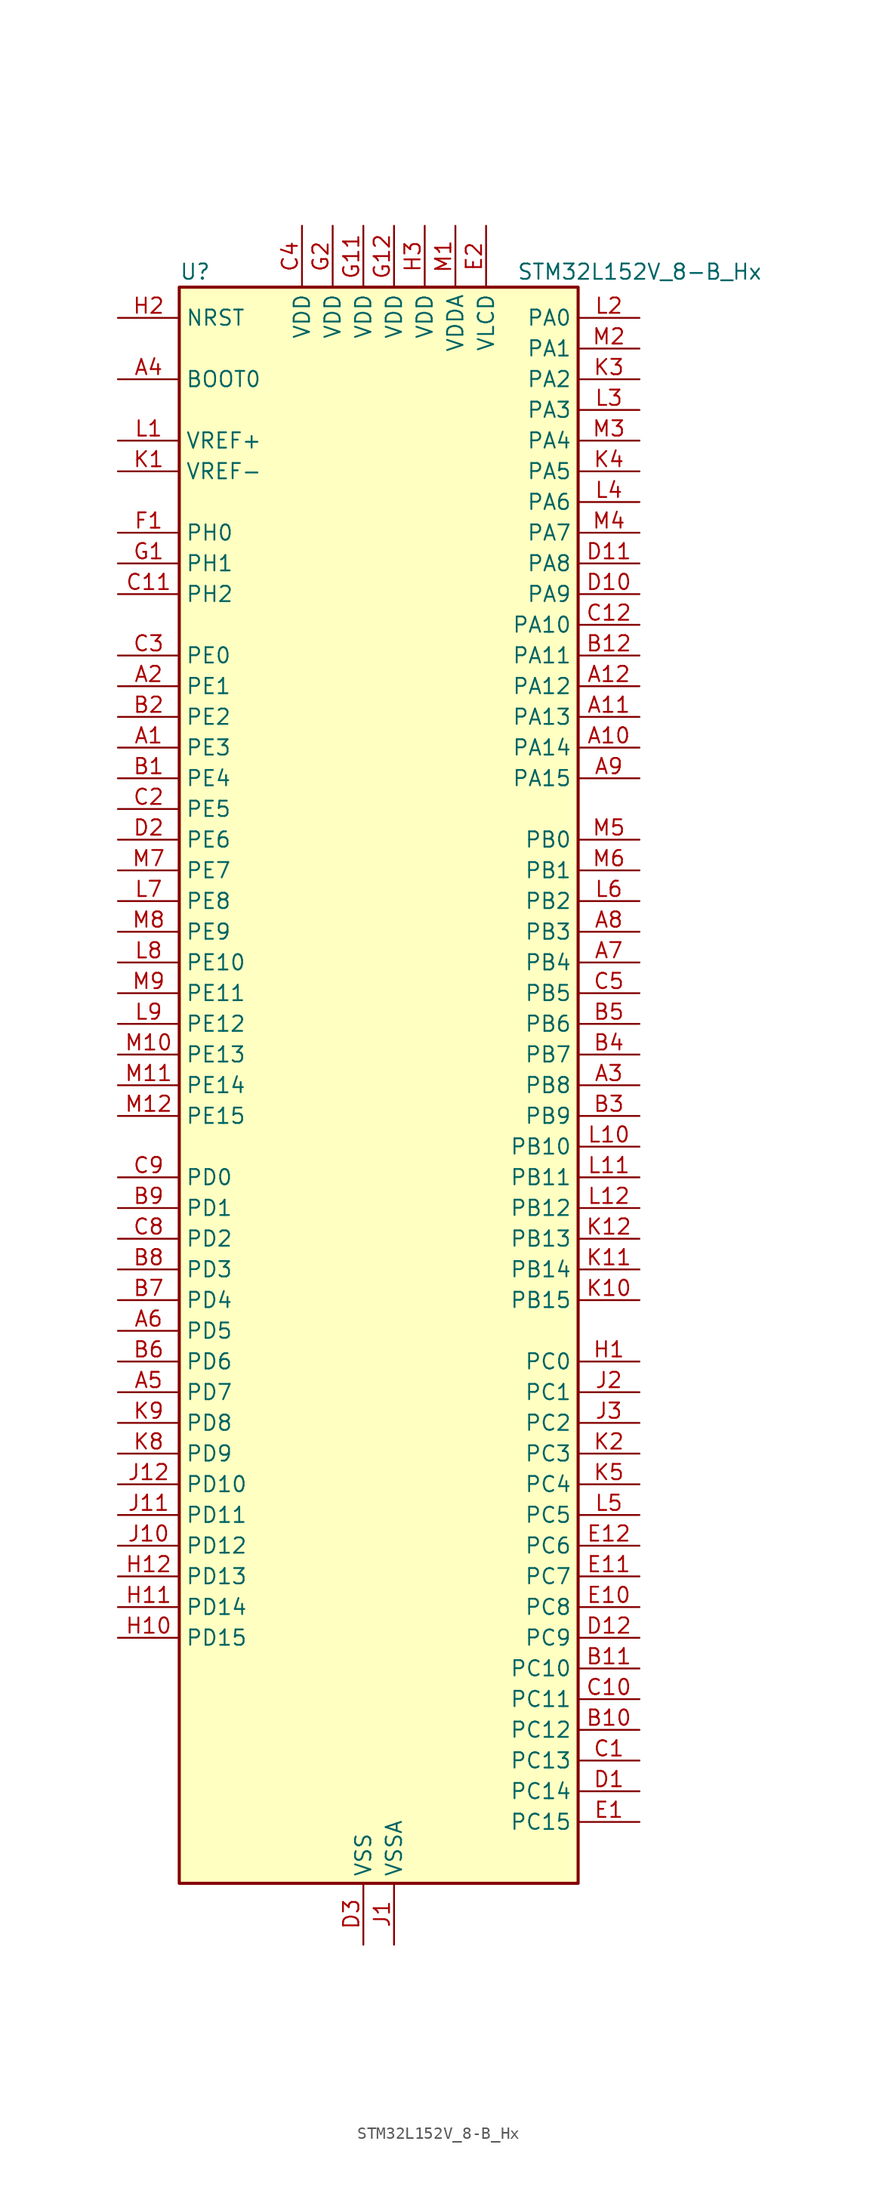
<source format=kicad_sym>
(kicad_symbol_lib
  (version 20220914)
  (generator kicad_symbol_editor)
  (symbol "STM32L152V_8-B_Hx"
    (property "Reference" "U"
      (at -15.24 67.31 0)
      (effects (font (size 1.27 1.27)) (justify left)))
    (property "Value" "STM32L152V_8-B_Hx"
      (at 12.7 67.31 0)
      (effects (font (size 1.27 1.27)) (justify left)))
    (property "ki_locked" ""
      (at 0 0 0)
      (effects (font (size 1.27 1.27))))
    (symbol "STM32L152V_8-B_Hx_0_1"
      (rectangle (start -15.24 -66.04) (end 17.78 66.04) (stroke (width 0.254) (type default)) (fill (type background))))
    (symbol "STM32L152V_8-B_Hx_1_1"
      (pin bidirectional line (at -20.32 27.94 0) (length 5.08) (name "PE3" (effects (font (size 1.27 1.27)))) (number "A1" (effects (font (size 1.27 1.27)))) (alternate "LCD_SEG39" bidirectional line) (alternate "SYS_TRACED0" bidirectional line) (alternate "TIM3_CH1" bidirectional line) (alternate "TIMX_IC4" bidirectional line))
      (pin bidirectional line (at 22.86 27.94 180) (length 5.08) (name "PA14" (effects (font (size 1.27 1.27)))) (number "A10" (effects (font (size 1.27 1.27)))) (alternate "SYS_JTCK-SWCLK" bidirectional line) (alternate "TIMX_IC3" bidirectional line) (alternate "TS_G5_IO2" bidirectional line))
      (pin bidirectional line (at 22.86 30.48 180) (length 5.08) (name "PA13" (effects (font (size 1.27 1.27)))) (number "A11" (effects (font (size 1.27 1.27)))) (alternate "SYS_JTMS-SWDIO" bidirectional line) (alternate "TIMX_IC2" bidirectional line) (alternate "TS_G5_IO1" bidirectional line))
      (pin bidirectional line (at 22.86 33.02 180) (length 5.08) (name "PA12" (effects (font (size 1.27 1.27)))) (number "A12" (effects (font (size 1.27 1.27)))) (alternate "SPI1_MOSI" bidirectional line) (alternate "TIMX_IC1" bidirectional line) (alternate "USART1_RTS" bidirectional line) (alternate "USB_DP" bidirectional line))
      (pin bidirectional line (at -20.32 33.02 0) (length 5.08) (name "PE1" (effects (font (size 1.27 1.27)))) (number "A2" (effects (font (size 1.27 1.27)))) (alternate "LCD_SEG37" bidirectional line) (alternate "TIM11_CH1" bidirectional line) (alternate "TIMX_IC2" bidirectional line))
      (pin bidirectional line (at 22.86 0 180) (length 5.08) (name "PB8" (effects (font (size 1.27 1.27)))) (number "A3" (effects (font (size 1.27 1.27)))) (alternate "I2C1_SCL" bidirectional line) (alternate "LCD_SEG16" bidirectional line) (alternate "TIM10_CH1" bidirectional line) (alternate "TIM4_CH3" bidirectional line))
      (pin input line (at -20.32 58.42 0) (length 5.08) (name "BOOT0" (effects (font (size 1.27 1.27)))) (number "A4" (effects (font (size 1.27 1.27)))))
      (pin bidirectional line (at -20.32 -25.4 0) (length 5.08) (name "PD7" (effects (font (size 1.27 1.27)))) (number "A5" (effects (font (size 1.27 1.27)))) (alternate "TIM9_CH2" bidirectional line) (alternate "TIMX_IC4" bidirectional line) (alternate "USART2_CK" bidirectional line))
      (pin bidirectional line (at -20.32 -20.32 0) (length 5.08) (name "PD5" (effects (font (size 1.27 1.27)))) (number "A6" (effects (font (size 1.27 1.27)))) (alternate "TIMX_IC2" bidirectional line) (alternate "USART2_TX" bidirectional line))
      (pin bidirectional line (at 22.86 10.16 180) (length 5.08) (name "PB4" (effects (font (size 1.27 1.27)))) (number "A7" (effects (font (size 1.27 1.27)))) (alternate "COMP2_INP" bidirectional line) (alternate "LCD_SEG8" bidirectional line) (alternate "SPI1_MISO" bidirectional line) (alternate "SYS_JTRST" bidirectional line) (alternate "TIM3_CH1" bidirectional line) (alternate "TS_G6_IO1" bidirectional line))
      (pin bidirectional line (at 22.86 12.7 180) (length 5.08) (name "PB3" (effects (font (size 1.27 1.27)))) (number "A8" (effects (font (size 1.27 1.27)))) (alternate "COMP2_INM" bidirectional line) (alternate "LCD_SEG7" bidirectional line) (alternate "SPI1_SCK" bidirectional line) (alternate "SYS_JTDO-TRACESWO" bidirectional line) (alternate "TIM2_CH2" bidirectional line))
      (pin bidirectional line (at 22.86 25.4 180) (length 5.08) (name "PA15" (effects (font (size 1.27 1.27)))) (number "A9" (effects (font (size 1.27 1.27)))) (alternate "ADC_EXTI15" bidirectional line) (alternate "LCD_SEG17" bidirectional line) (alternate "SPI1_NSS" bidirectional line) (alternate "SYS_JTDI" bidirectional line) (alternate "TIM2_CH1" bidirectional line) (alternate "TIM2_ETR" bidirectional line) (alternate "TIMX_IC4" bidirectional line) (alternate "TS_G5_IO3" bidirectional line))
      (pin bidirectional line (at -20.32 25.4 0) (length 5.08) (name "PE4" (effects (font (size 1.27 1.27)))) (number "B1" (effects (font (size 1.27 1.27)))) (alternate "SYS_TRACED1" bidirectional line) (alternate "TIM3_CH2" bidirectional line) (alternate "TIMX_IC1" bidirectional line))
      (pin bidirectional line (at 22.86 -53.34 180) (length 5.08) (name "PC12" (effects (font (size 1.27 1.27)))) (number "B10" (effects (font (size 1.27 1.27)))) (alternate "LCD_COM6" bidirectional line) (alternate "LCD_SEG30" bidirectional line) (alternate "LCD_SEG42" bidirectional line) (alternate "TIMX_IC1" bidirectional line) (alternate "USART3_CK" bidirectional line))
      (pin bidirectional line (at 22.86 -48.26 180) (length 5.08) (name "PC10" (effects (font (size 1.27 1.27)))) (number "B11" (effects (font (size 1.27 1.27)))) (alternate "LCD_COM4" bidirectional line) (alternate "LCD_SEG28" bidirectional line) (alternate "LCD_SEG40" bidirectional line) (alternate "TIMX_IC3" bidirectional line) (alternate "USART3_TX" bidirectional line))
      (pin bidirectional line (at 22.86 35.56 180) (length 5.08) (name "PA11" (effects (font (size 1.27 1.27)))) (number "B12" (effects (font (size 1.27 1.27)))) (alternate "ADC_EXTI11" bidirectional line) (alternate "SPI1_MISO" bidirectional line) (alternate "TIMX_IC4" bidirectional line) (alternate "USART1_CTS" bidirectional line) (alternate "USB_DM" bidirectional line))
      (pin bidirectional line (at -20.32 30.48 0) (length 5.08) (name "PE2" (effects (font (size 1.27 1.27)))) (number "B2" (effects (font (size 1.27 1.27)))) (alternate "LCD_SEG38" bidirectional line) (alternate "SYS_TRACECK" bidirectional line) (alternate "TIM3_ETR" bidirectional line) (alternate "TIMX_IC3" bidirectional line))
      (pin bidirectional line (at 22.86 -2.54 180) (length 5.08) (name "PB9" (effects (font (size 1.27 1.27)))) (number "B3" (effects (font (size 1.27 1.27)))) (alternate "DAC_EXTI9" bidirectional line) (alternate "I2C1_SDA" bidirectional line) (alternate "LCD_COM3" bidirectional line) (alternate "TIM11_CH1" bidirectional line) (alternate "TIM4_CH4" bidirectional line))
      (pin bidirectional line (at 22.86 2.54 180) (length 5.08) (name "PB7" (effects (font (size 1.27 1.27)))) (number "B4" (effects (font (size 1.27 1.27)))) (alternate "I2C1_SDA" bidirectional line) (alternate "SYS_PVD_IN" bidirectional line) (alternate "TIM4_CH2" bidirectional line) (alternate "USART1_RX" bidirectional line))
      (pin bidirectional line (at 22.86 5.08 180) (length 5.08) (name "PB6" (effects (font (size 1.27 1.27)))) (number "B5" (effects (font (size 1.27 1.27)))) (alternate "I2C1_SCL" bidirectional line) (alternate "TIM4_CH1" bidirectional line) (alternate "USART1_TX" bidirectional line))
      (pin bidirectional line (at -20.32 -22.86 0) (length 5.08) (name "PD6" (effects (font (size 1.27 1.27)))) (number "B6" (effects (font (size 1.27 1.27)))) (alternate "TIMX_IC3" bidirectional line) (alternate "USART2_RX" bidirectional line))
      (pin bidirectional line (at -20.32 -17.78 0) (length 5.08) (name "PD4" (effects (font (size 1.27 1.27)))) (number "B7" (effects (font (size 1.27 1.27)))) (alternate "SPI2_MOSI" bidirectional line) (alternate "TIMX_IC1" bidirectional line) (alternate "USART2_RTS" bidirectional line))
      (pin bidirectional line (at -20.32 -15.24 0) (length 5.08) (name "PD3" (effects (font (size 1.27 1.27)))) (number "B8" (effects (font (size 1.27 1.27)))) (alternate "SPI2_MISO" bidirectional line) (alternate "TIMX_IC4" bidirectional line) (alternate "USART2_CTS" bidirectional line))
      (pin bidirectional line (at -20.32 -10.16 0) (length 5.08) (name "PD1" (effects (font (size 1.27 1.27)))) (number "B9" (effects (font (size 1.27 1.27)))) (alternate "SPI2_SCK" bidirectional line) (alternate "TIMX_IC2" bidirectional line))
      (pin bidirectional line (at 22.86 -55.88 180) (length 5.08) (name "PC13" (effects (font (size 1.27 1.27)))) (number "C1" (effects (font (size 1.27 1.27)))) (alternate "RTC_OUT_ALARM" bidirectional line) (alternate "RTC_OUT_CALIB" bidirectional line) (alternate "RTC_TAMP1" bidirectional line) (alternate "RTC_TS" bidirectional line) (alternate "SYS_WKUP2" bidirectional line) (alternate "TIMX_IC2" bidirectional line))
      (pin bidirectional line (at 22.86 -50.8 180) (length 5.08) (name "PC11" (effects (font (size 1.27 1.27)))) (number "C10" (effects (font (size 1.27 1.27)))) (alternate "ADC_EXTI11" bidirectional line) (alternate "LCD_COM5" bidirectional line) (alternate "LCD_SEG29" bidirectional line) (alternate "LCD_SEG41" bidirectional line) (alternate "TIMX_IC4" bidirectional line) (alternate "USART3_RX" bidirectional line))
      (pin bidirectional line (at -20.32 40.64 0) (length 5.08) (name "PH2" (effects (font (size 1.27 1.27)))) (number "C11" (effects (font (size 1.27 1.27)))))
      (pin bidirectional line (at 22.86 38.1 180) (length 5.08) (name "PA10" (effects (font (size 1.27 1.27)))) (number "C12" (effects (font (size 1.27 1.27)))) (alternate "LCD_COM2" bidirectional line) (alternate "TIMX_IC3" bidirectional line) (alternate "TS_G4_IO3" bidirectional line) (alternate "USART1_RX" bidirectional line))
      (pin bidirectional line (at -20.32 22.86 0) (length 5.08) (name "PE5" (effects (font (size 1.27 1.27)))) (number "C2" (effects (font (size 1.27 1.27)))) (alternate "SYS_TRACED2" bidirectional line) (alternate "TIM9_CH1" bidirectional line) (alternate "TIMX_IC2" bidirectional line))
      (pin bidirectional line (at -20.32 35.56 0) (length 5.08) (name "PE0" (effects (font (size 1.27 1.27)))) (number "C3" (effects (font (size 1.27 1.27)))) (alternate "LCD_SEG36" bidirectional line) (alternate "TIM10_CH1" bidirectional line) (alternate "TIM4_ETR" bidirectional line) (alternate "TIMX_IC1" bidirectional line))
      (pin power_in line (at -5.08 71.12 270) (length 5.08) (name "VDD" (effects (font (size 1.27 1.27)))) (number "C4" (effects (font (size 1.27 1.27)))))
      (pin bidirectional line (at 22.86 7.62 180) (length 5.08) (name "PB5" (effects (font (size 1.27 1.27)))) (number "C5" (effects (font (size 1.27 1.27)))) (alternate "COMP2_INP" bidirectional line) (alternate "I2C1_SMBA" bidirectional line) (alternate "LCD_SEG9" bidirectional line) (alternate "SPI1_MOSI" bidirectional line) (alternate "TIM3_CH2" bidirectional line) (alternate "TS_G6_IO2" bidirectional line))
      (pin bidirectional line (at -20.32 -12.7 0) (length 5.08) (name "PD2" (effects (font (size 1.27 1.27)))) (number "C8" (effects (font (size 1.27 1.27)))) (alternate "LCD_COM7" bidirectional line) (alternate "LCD_SEG31" bidirectional line) (alternate "LCD_SEG43" bidirectional line) (alternate "TIM3_ETR" bidirectional line) (alternate "TIMX_IC3" bidirectional line))
      (pin bidirectional line (at -20.32 -7.62 0) (length 5.08) (name "PD0" (effects (font (size 1.27 1.27)))) (number "C9" (effects (font (size 1.27 1.27)))) (alternate "SPI2_NSS" bidirectional line) (alternate "TIM9_CH1" bidirectional line) (alternate "TIMX_IC1" bidirectional line))
      (pin bidirectional line (at 22.86 -58.42 180) (length 5.08) (name "PC14" (effects (font (size 1.27 1.27)))) (number "D1" (effects (font (size 1.27 1.27)))) (alternate "RCC_OSC32_IN" bidirectional line) (alternate "TIMX_IC3" bidirectional line))
      (pin bidirectional line (at 22.86 40.64 180) (length 5.08) (name "PA9" (effects (font (size 1.27 1.27)))) (number "D10" (effects (font (size 1.27 1.27)))) (alternate "DAC_EXTI9" bidirectional line) (alternate "LCD_COM1" bidirectional line) (alternate "TIMX_IC2" bidirectional line) (alternate "TS_G4_IO2" bidirectional line) (alternate "USART1_TX" bidirectional line))
      (pin bidirectional line (at 22.86 43.18 180) (length 5.08) (name "PA8" (effects (font (size 1.27 1.27)))) (number "D11" (effects (font (size 1.27 1.27)))) (alternate "LCD_COM0" bidirectional line) (alternate "RCC_MCO" bidirectional line) (alternate "TIMX_IC1" bidirectional line) (alternate "TS_G4_IO1" bidirectional line) (alternate "USART1_CK" bidirectional line))
      (pin bidirectional line (at 22.86 -45.72 180) (length 5.08) (name "PC9" (effects (font (size 1.27 1.27)))) (number "D12" (effects (font (size 1.27 1.27)))) (alternate "DAC_EXTI9" bidirectional line) (alternate "LCD_SEG27" bidirectional line) (alternate "TIM3_CH4" bidirectional line) (alternate "TIMX_IC2" bidirectional line) (alternate "TS_G10_IO4" bidirectional line))
      (pin bidirectional line (at -20.32 20.32 0) (length 5.08) (name "PE6" (effects (font (size 1.27 1.27)))) (number "D2" (effects (font (size 1.27 1.27)))) (alternate "SYS_TRACED3" bidirectional line) (alternate "SYS_WKUP3" bidirectional line) (alternate "TIM9_CH2" bidirectional line) (alternate "TIMX_IC3" bidirectional line))
      (pin power_in line (at 0 -71.12 90) (length 5.08) (name "VSS" (effects (font (size 1.27 1.27)))) (number "D3" (effects (font (size 1.27 1.27)))))
      (pin bidirectional line (at 22.86 -60.96 180) (length 5.08) (name "PC15" (effects (font (size 1.27 1.27)))) (number "E1" (effects (font (size 1.27 1.27)))) (alternate "ADC_EXTI15" bidirectional line) (alternate "RCC_OSC32_OUT" bidirectional line) (alternate "TIMX_IC4" bidirectional line))
      (pin bidirectional line (at 22.86 -43.18 180) (length 5.08) (name "PC8" (effects (font (size 1.27 1.27)))) (number "E10" (effects (font (size 1.27 1.27)))) (alternate "LCD_SEG26" bidirectional line) (alternate "TIM3_CH3" bidirectional line) (alternate "TIMX_IC1" bidirectional line) (alternate "TS_G10_IO3" bidirectional line))
      (pin bidirectional line (at 22.86 -40.64 180) (length 5.08) (name "PC7" (effects (font (size 1.27 1.27)))) (number "E11" (effects (font (size 1.27 1.27)))) (alternate "LCD_SEG25" bidirectional line) (alternate "TIM3_CH2" bidirectional line) (alternate "TIMX_IC4" bidirectional line) (alternate "TS_G10_IO2" bidirectional line))
      (pin bidirectional line (at 22.86 -38.1 180) (length 5.08) (name "PC6" (effects (font (size 1.27 1.27)))) (number "E12" (effects (font (size 1.27 1.27)))) (alternate "LCD_SEG24" bidirectional line) (alternate "TIM3_CH1" bidirectional line) (alternate "TIMX_IC3" bidirectional line) (alternate "TS_G10_IO1" bidirectional line))
      (pin power_in line (at 10.16 71.12 270) (length 5.08) (name "VLCD" (effects (font (size 1.27 1.27)))) (number "E2" (effects (font (size 1.27 1.27)))))
      (pin passive line (at 0 -71.12 90) (length 5.08) hide (name "VSS" (effects (font (size 1.27 1.27)))) (number "E3" (effects (font (size 1.27 1.27)))))
      (pin bidirectional line (at -20.32 45.72 0) (length 5.08) (name "PH0" (effects (font (size 1.27 1.27)))) (number "F1" (effects (font (size 1.27 1.27)))) (alternate "RCC_OSC_IN" bidirectional line))
      (pin passive line (at 0 -71.12 90) (length 5.08) hide (name "VSS" (effects (font (size 1.27 1.27)))) (number "F11" (effects (font (size 1.27 1.27)))))
      (pin passive line (at 0 -71.12 90) (length 5.08) hide (name "VSS" (effects (font (size 1.27 1.27)))) (number "F12" (effects (font (size 1.27 1.27)))))
      (pin passive line (at 0 -71.12 90) (length 5.08) hide (name "VSS" (effects (font (size 1.27 1.27)))) (number "F2" (effects (font (size 1.27 1.27)))))
      (pin bidirectional line (at -20.32 43.18 0) (length 5.08) (name "PH1" (effects (font (size 1.27 1.27)))) (number "G1" (effects (font (size 1.27 1.27)))) (alternate "RCC_OSC_OUT" bidirectional line))
      (pin power_in line (at 0 71.12 270) (length 5.08) (name "VDD" (effects (font (size 1.27 1.27)))) (number "G11" (effects (font (size 1.27 1.27)))))
      (pin power_in line (at 2.54 71.12 270) (length 5.08) (name "VDD" (effects (font (size 1.27 1.27)))) (number "G12" (effects (font (size 1.27 1.27)))))
      (pin power_in line (at -2.54 71.12 270) (length 5.08) (name "VDD" (effects (font (size 1.27 1.27)))) (number "G2" (effects (font (size 1.27 1.27)))))
      (pin bidirectional line (at 22.86 -22.86 180) (length 5.08) (name "PC0" (effects (font (size 1.27 1.27)))) (number "H1" (effects (font (size 1.27 1.27)))) (alternate "ADC_IN10" bidirectional line) (alternate "COMP1_INP" bidirectional line) (alternate "LCD_SEG18" bidirectional line) (alternate "TIMX_IC1" bidirectional line) (alternate "TS_G8_IO1" bidirectional line))
      (pin bidirectional line (at -20.32 -45.72 0) (length 5.08) (name "PD15" (effects (font (size 1.27 1.27)))) (number "H10" (effects (font (size 1.27 1.27)))) (alternate "ADC_EXTI15" bidirectional line) (alternate "LCD_SEG35" bidirectional line) (alternate "TIM4_CH4" bidirectional line) (alternate "TIMX_IC4" bidirectional line))
      (pin bidirectional line (at -20.32 -43.18 0) (length 5.08) (name "PD14" (effects (font (size 1.27 1.27)))) (number "H11" (effects (font (size 1.27 1.27)))) (alternate "LCD_SEG34" bidirectional line) (alternate "TIM4_CH3" bidirectional line) (alternate "TIMX_IC3" bidirectional line))
      (pin bidirectional line (at -20.32 -40.64 0) (length 5.08) (name "PD13" (effects (font (size 1.27 1.27)))) (number "H12" (effects (font (size 1.27 1.27)))) (alternate "LCD_SEG33" bidirectional line) (alternate "TIM4_CH2" bidirectional line) (alternate "TIMX_IC2" bidirectional line))
      (pin input line (at -20.32 63.5 0) (length 5.08) (name "NRST" (effects (font (size 1.27 1.27)))) (number "H2" (effects (font (size 1.27 1.27)))))
      (pin power_in line (at 5.08 71.12 270) (length 5.08) (name "VDD" (effects (font (size 1.27 1.27)))) (number "H3" (effects (font (size 1.27 1.27)))))
      (pin power_in line (at 2.54 -71.12 90) (length 5.08) (name "VSSA" (effects (font (size 1.27 1.27)))) (number "J1" (effects (font (size 1.27 1.27)))))
      (pin bidirectional line (at -20.32 -38.1 0) (length 5.08) (name "PD12" (effects (font (size 1.27 1.27)))) (number "J10" (effects (font (size 1.27 1.27)))) (alternate "LCD_SEG32" bidirectional line) (alternate "TIM4_CH1" bidirectional line) (alternate "TIMX_IC1" bidirectional line) (alternate "USART3_RTS" bidirectional line))
      (pin bidirectional line (at -20.32 -35.56 0) (length 5.08) (name "PD11" (effects (font (size 1.27 1.27)))) (number "J11" (effects (font (size 1.27 1.27)))) (alternate "ADC_EXTI11" bidirectional line) (alternate "LCD_SEG31" bidirectional line) (alternate "TIMX_IC4" bidirectional line) (alternate "USART3_CTS" bidirectional line))
      (pin bidirectional line (at -20.32 -33.02 0) (length 5.08) (name "PD10" (effects (font (size 1.27 1.27)))) (number "J12" (effects (font (size 1.27 1.27)))) (alternate "LCD_SEG30" bidirectional line) (alternate "TIMX_IC3" bidirectional line) (alternate "USART3_CK" bidirectional line))
      (pin bidirectional line (at 22.86 -25.4 180) (length 5.08) (name "PC1" (effects (font (size 1.27 1.27)))) (number "J2" (effects (font (size 1.27 1.27)))) (alternate "ADC_IN11" bidirectional line) (alternate "COMP1_INP" bidirectional line) (alternate "LCD_SEG19" bidirectional line) (alternate "TIMX_IC2" bidirectional line) (alternate "TS_G8_IO2" bidirectional line))
      (pin bidirectional line (at 22.86 -27.94 180) (length 5.08) (name "PC2" (effects (font (size 1.27 1.27)))) (number "J3" (effects (font (size 1.27 1.27)))) (alternate "ADC_IN12" bidirectional line) (alternate "COMP1_INP" bidirectional line) (alternate "LCD_SEG20" bidirectional line) (alternate "TIMX_IC3" bidirectional line) (alternate "TS_G8_IO3" bidirectional line))
      (pin input line (at -20.32 50.8 0) (length 5.08) (name "VREF-" (effects (font (size 1.27 1.27)))) (number "K1" (effects (font (size 1.27 1.27)))))
      (pin bidirectional line (at 22.86 -17.78 180) (length 5.08) (name "PB15" (effects (font (size 1.27 1.27)))) (number "K10" (effects (font (size 1.27 1.27)))) (alternate "ADC_EXTI15" bidirectional line) (alternate "ADC_IN21" bidirectional line) (alternate "COMP1_INP" bidirectional line) (alternate "LCD_SEG15" bidirectional line) (alternate "RTC_REFIN" bidirectional line) (alternate "SPI2_MOSI" bidirectional line) (alternate "TIM11_CH1" bidirectional line) (alternate "TS_G7_IO4" bidirectional line))
      (pin bidirectional line (at 22.86 -15.24 180) (length 5.08) (name "PB14" (effects (font (size 1.27 1.27)))) (number "K11" (effects (font (size 1.27 1.27)))) (alternate "ADC_IN20" bidirectional line) (alternate "COMP1_INP" bidirectional line) (alternate "LCD_SEG14" bidirectional line) (alternate "SPI2_MISO" bidirectional line) (alternate "TIM9_CH2" bidirectional line) (alternate "TS_G7_IO3" bidirectional line) (alternate "USART3_RTS" bidirectional line))
      (pin bidirectional line (at 22.86 -12.7 180) (length 5.08) (name "PB13" (effects (font (size 1.27 1.27)))) (number "K12" (effects (font (size 1.27 1.27)))) (alternate "ADC_IN19" bidirectional line) (alternate "COMP1_INP" bidirectional line) (alternate "LCD_SEG13" bidirectional line) (alternate "SPI2_SCK" bidirectional line) (alternate "TIM9_CH1" bidirectional line) (alternate "TS_G7_IO2" bidirectional line) (alternate "USART3_CTS" bidirectional line))
      (pin bidirectional line (at 22.86 -30.48 180) (length 5.08) (name "PC3" (effects (font (size 1.27 1.27)))) (number "K2" (effects (font (size 1.27 1.27)))) (alternate "ADC_IN13" bidirectional line) (alternate "COMP1_INP" bidirectional line) (alternate "LCD_SEG21" bidirectional line) (alternate "TIMX_IC4" bidirectional line) (alternate "TS_G8_IO4" bidirectional line))
      (pin bidirectional line (at 22.86 58.42 180) (length 5.08) (name "PA2" (effects (font (size 1.27 1.27)))) (number "K3" (effects (font (size 1.27 1.27)))) (alternate "ADC_IN2" bidirectional line) (alternate "COMP1_INP" bidirectional line) (alternate "LCD_SEG1" bidirectional line) (alternate "TIM2_CH3" bidirectional line) (alternate "TIM9_CH1" bidirectional line) (alternate "TIMX_IC3" bidirectional line) (alternate "TS_G1_IO3" bidirectional line) (alternate "USART2_TX" bidirectional line))
      (pin bidirectional line (at 22.86 50.8 180) (length 5.08) (name "PA5" (effects (font (size 1.27 1.27)))) (number "K4" (effects (font (size 1.27 1.27)))) (alternate "ADC_IN5" bidirectional line) (alternate "COMP1_INP" bidirectional line) (alternate "DAC_OUT2" bidirectional line) (alternate "SPI1_SCK" bidirectional line) (alternate "TIM2_CH1" bidirectional line) (alternate "TIM2_ETR" bidirectional line) (alternate "TIMX_IC2" bidirectional line))
      (pin bidirectional line (at 22.86 -33.02 180) (length 5.08) (name "PC4" (effects (font (size 1.27 1.27)))) (number "K5" (effects (font (size 1.27 1.27)))) (alternate "ADC_IN14" bidirectional line) (alternate "COMP1_INP" bidirectional line) (alternate "LCD_SEG22" bidirectional line) (alternate "TIMX_IC1" bidirectional line) (alternate "TS_G9_IO1" bidirectional line))
      (pin bidirectional line (at -20.32 -30.48 0) (length 5.08) (name "PD9" (effects (font (size 1.27 1.27)))) (number "K8" (effects (font (size 1.27 1.27)))) (alternate "DAC_EXTI9" bidirectional line) (alternate "LCD_SEG29" bidirectional line) (alternate "TIMX_IC2" bidirectional line) (alternate "USART3_RX" bidirectional line))
      (pin bidirectional line (at -20.32 -27.94 0) (length 5.08) (name "PD8" (effects (font (size 1.27 1.27)))) (number "K9" (effects (font (size 1.27 1.27)))) (alternate "LCD_SEG28" bidirectional line) (alternate "TIMX_IC1" bidirectional line) (alternate "USART3_TX" bidirectional line))
      (pin input line (at -20.32 53.34 0) (length 5.08) (name "VREF+" (effects (font (size 1.27 1.27)))) (number "L1" (effects (font (size 1.27 1.27)))))
      (pin bidirectional line (at 22.86 -5.08 180) (length 5.08) (name "PB10" (effects (font (size 1.27 1.27)))) (number "L10" (effects (font (size 1.27 1.27)))) (alternate "I2C2_SCL" bidirectional line) (alternate "LCD_SEG10" bidirectional line) (alternate "TIM2_CH3" bidirectional line) (alternate "USART3_TX" bidirectional line))
      (pin bidirectional line (at 22.86 -7.62 180) (length 5.08) (name "PB11" (effects (font (size 1.27 1.27)))) (number "L11" (effects (font (size 1.27 1.27)))) (alternate "ADC_EXTI11" bidirectional line) (alternate "I2C2_SDA" bidirectional line) (alternate "LCD_SEG11" bidirectional line) (alternate "TIM2_CH4" bidirectional line) (alternate "USART3_RX" bidirectional line))
      (pin bidirectional line (at 22.86 -10.16 180) (length 5.08) (name "PB12" (effects (font (size 1.27 1.27)))) (number "L12" (effects (font (size 1.27 1.27)))) (alternate "ADC_IN18" bidirectional line) (alternate "COMP1_INP" bidirectional line) (alternate "I2C2_SMBA" bidirectional line) (alternate "LCD_SEG12" bidirectional line) (alternate "SPI2_NSS" bidirectional line) (alternate "TIM10_CH1" bidirectional line) (alternate "TS_G7_IO1" bidirectional line) (alternate "USART3_CK" bidirectional line))
      (pin bidirectional line (at 22.86 63.5 180) (length 5.08) (name "PA0" (effects (font (size 1.27 1.27)))) (number "L2" (effects (font (size 1.27 1.27)))) (alternate "ADC_IN0" bidirectional line) (alternate "COMP1_INP" bidirectional line) (alternate "SYS_WKUP1" bidirectional line) (alternate "TIM2_CH1" bidirectional line) (alternate "TIM2_ETR" bidirectional line) (alternate "TIMX_IC1" bidirectional line) (alternate "TS_G1_IO1" bidirectional line) (alternate "USART2_CTS" bidirectional line))
      (pin bidirectional line (at 22.86 55.88 180) (length 5.08) (name "PA3" (effects (font (size 1.27 1.27)))) (number "L3" (effects (font (size 1.27 1.27)))) (alternate "ADC_IN3" bidirectional line) (alternate "COMP1_INP" bidirectional line) (alternate "LCD_SEG2" bidirectional line) (alternate "TIM2_CH4" bidirectional line) (alternate "TIM9_CH2" bidirectional line) (alternate "TIMX_IC4" bidirectional line) (alternate "TS_G1_IO4" bidirectional line) (alternate "USART2_RX" bidirectional line))
      (pin bidirectional line (at 22.86 48.26 180) (length 5.08) (name "PA6" (effects (font (size 1.27 1.27)))) (number "L4" (effects (font (size 1.27 1.27)))) (alternate "ADC_IN6" bidirectional line) (alternate "COMP1_INP" bidirectional line) (alternate "LCD_SEG3" bidirectional line) (alternate "SPI1_MISO" bidirectional line) (alternate "TIM10_CH1" bidirectional line) (alternate "TIM3_CH1" bidirectional line) (alternate "TIMX_IC3" bidirectional line) (alternate "TS_G2_IO1" bidirectional line))
      (pin bidirectional line (at 22.86 -35.56 180) (length 5.08) (name "PC5" (effects (font (size 1.27 1.27)))) (number "L5" (effects (font (size 1.27 1.27)))) (alternate "ADC_IN15" bidirectional line) (alternate "COMP1_INP" bidirectional line) (alternate "LCD_SEG23" bidirectional line) (alternate "TIMX_IC2" bidirectional line) (alternate "TS_G9_IO2" bidirectional line))
      (pin bidirectional line (at 22.86 15.24 180) (length 5.08) (name "PB2" (effects (font (size 1.27 1.27)))) (number "L6" (effects (font (size 1.27 1.27)))))
      (pin bidirectional line (at -20.32 15.24 0) (length 5.08) (name "PE8" (effects (font (size 1.27 1.27)))) (number "L7" (effects (font (size 1.27 1.27)))) (alternate "ADC_IN23" bidirectional line) (alternate "COMP1_INP" bidirectional line) (alternate "TIMX_IC1" bidirectional line))
      (pin bidirectional line (at -20.32 10.16 0) (length 5.08) (name "PE10" (effects (font (size 1.27 1.27)))) (number "L8" (effects (font (size 1.27 1.27)))) (alternate "ADC_IN25" bidirectional line) (alternate "COMP1_INP" bidirectional line) (alternate "TIM2_CH2" bidirectional line) (alternate "TIMX_IC3" bidirectional line))
      (pin bidirectional line (at -20.32 5.08 0) (length 5.08) (name "PE12" (effects (font (size 1.27 1.27)))) (number "L9" (effects (font (size 1.27 1.27)))) (alternate "SPI1_NSS" bidirectional line) (alternate "TIM2_CH4" bidirectional line) (alternate "TIMX_IC1" bidirectional line))
      (pin power_in line (at 7.62 71.12 270) (length 5.08) (name "VDDA" (effects (font (size 1.27 1.27)))) (number "M1" (effects (font (size 1.27 1.27)))))
      (pin bidirectional line (at -20.32 2.54 0) (length 5.08) (name "PE13" (effects (font (size 1.27 1.27)))) (number "M10" (effects (font (size 1.27 1.27)))) (alternate "SPI1_SCK" bidirectional line) (alternate "TIMX_IC2" bidirectional line))
      (pin bidirectional line (at -20.32 0 0) (length 5.08) (name "PE14" (effects (font (size 1.27 1.27)))) (number "M11" (effects (font (size 1.27 1.27)))) (alternate "SPI1_MISO" bidirectional line) (alternate "TIMX_IC3" bidirectional line))
      (pin bidirectional line (at -20.32 -2.54 0) (length 5.08) (name "PE15" (effects (font (size 1.27 1.27)))) (number "M12" (effects (font (size 1.27 1.27)))) (alternate "ADC_EXTI15" bidirectional line) (alternate "SPI1_MOSI" bidirectional line) (alternate "TIMX_IC4" bidirectional line))
      (pin bidirectional line (at 22.86 60.96 180) (length 5.08) (name "PA1" (effects (font (size 1.27 1.27)))) (number "M2" (effects (font (size 1.27 1.27)))) (alternate "ADC_IN1" bidirectional line) (alternate "COMP1_INP" bidirectional line) (alternate "LCD_SEG0" bidirectional line) (alternate "TIM2_CH2" bidirectional line) (alternate "TIMX_IC2" bidirectional line) (alternate "TS_G1_IO2" bidirectional line) (alternate "USART2_RTS" bidirectional line))
      (pin bidirectional line (at 22.86 53.34 180) (length 5.08) (name "PA4" (effects (font (size 1.27 1.27)))) (number "M3" (effects (font (size 1.27 1.27)))) (alternate "ADC_IN4" bidirectional line) (alternate "COMP1_INP" bidirectional line) (alternate "DAC_OUT1" bidirectional line) (alternate "SPI1_NSS" bidirectional line) (alternate "TIMX_IC1" bidirectional line) (alternate "USART2_CK" bidirectional line))
      (pin bidirectional line (at 22.86 45.72 180) (length 5.08) (name "PA7" (effects (font (size 1.27 1.27)))) (number "M4" (effects (font (size 1.27 1.27)))) (alternate "ADC_IN7" bidirectional line) (alternate "COMP1_INP" bidirectional line) (alternate "LCD_SEG4" bidirectional line) (alternate "SPI1_MOSI" bidirectional line) (alternate "TIM11_CH1" bidirectional line) (alternate "TIM3_CH2" bidirectional line) (alternate "TIMX_IC4" bidirectional line) (alternate "TS_G2_IO2" bidirectional line))
      (pin bidirectional line (at 22.86 20.32 180) (length 5.08) (name "PB0" (effects (font (size 1.27 1.27)))) (number "M5" (effects (font (size 1.27 1.27)))) (alternate "ADC_IN8" bidirectional line) (alternate "COMP1_INP" bidirectional line) (alternate "LCD_SEG5" bidirectional line) (alternate "SYS_V_REF_OUT" bidirectional line) (alternate "TIM3_CH3" bidirectional line) (alternate "TS_G3_IO1" bidirectional line))
      (pin bidirectional line (at 22.86 17.78 180) (length 5.08) (name "PB1" (effects (font (size 1.27 1.27)))) (number "M6" (effects (font (size 1.27 1.27)))) (alternate "ADC_IN9" bidirectional line) (alternate "COMP1_INP" bidirectional line) (alternate "LCD_SEG6" bidirectional line) (alternate "SYS_V_REF_OUT" bidirectional line) (alternate "TIM3_CH4" bidirectional line) (alternate "TS_G3_IO2" bidirectional line))
      (pin bidirectional line (at -20.32 17.78 0) (length 5.08) (name "PE7" (effects (font (size 1.27 1.27)))) (number "M7" (effects (font (size 1.27 1.27)))) (alternate "ADC_IN22" bidirectional line) (alternate "COMP1_INP" bidirectional line) (alternate "TIMX_IC4" bidirectional line))
      (pin bidirectional line (at -20.32 12.7 0) (length 5.08) (name "PE9" (effects (font (size 1.27 1.27)))) (number "M8" (effects (font (size 1.27 1.27)))) (alternate "ADC_IN24" bidirectional line) (alternate "COMP1_INP" bidirectional line) (alternate "DAC_EXTI9" bidirectional line) (alternate "TIM2_CH1" bidirectional line) (alternate "TIM2_ETR" bidirectional line) (alternate "TIMX_IC2" bidirectional line))
      (pin bidirectional line (at -20.32 7.62 0) (length 5.08) (name "PE11" (effects (font (size 1.27 1.27)))) (number "M9" (effects (font (size 1.27 1.27)))) (alternate "ADC_EXTI11" bidirectional line) (alternate "TIM2_CH3" bidirectional line) (alternate "TIMX_IC4" bidirectional line)))))
</source>
